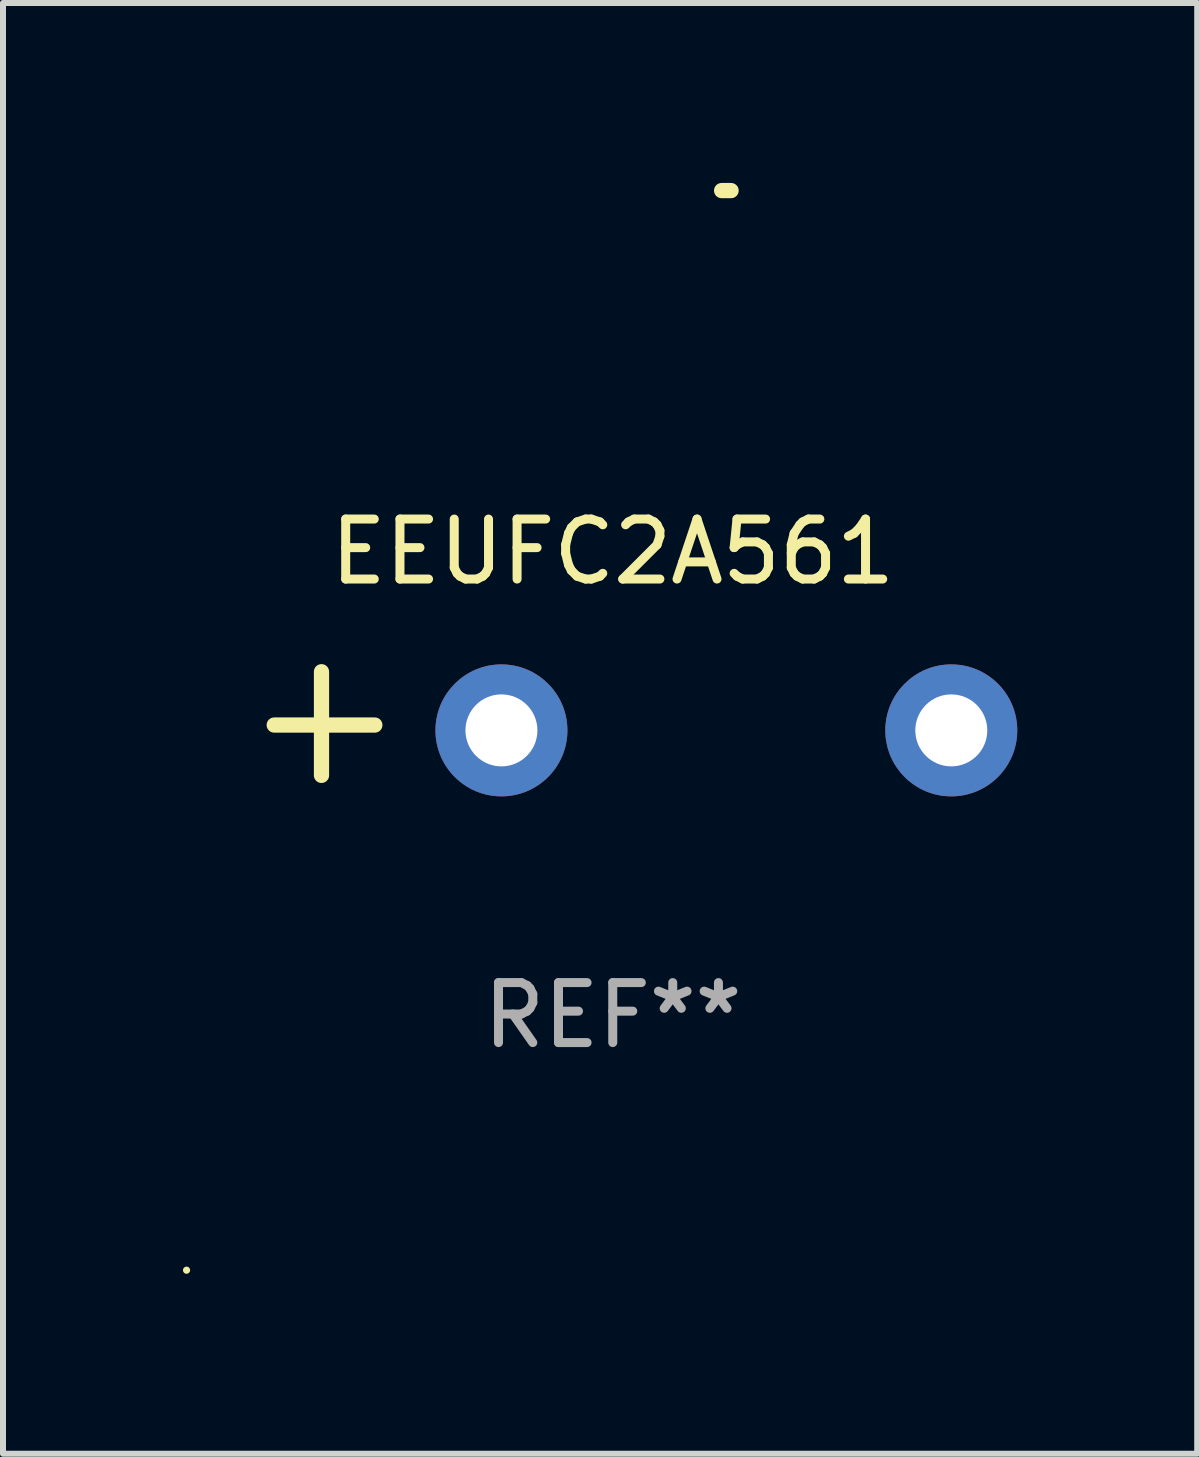
<source format=kicad_pcb>
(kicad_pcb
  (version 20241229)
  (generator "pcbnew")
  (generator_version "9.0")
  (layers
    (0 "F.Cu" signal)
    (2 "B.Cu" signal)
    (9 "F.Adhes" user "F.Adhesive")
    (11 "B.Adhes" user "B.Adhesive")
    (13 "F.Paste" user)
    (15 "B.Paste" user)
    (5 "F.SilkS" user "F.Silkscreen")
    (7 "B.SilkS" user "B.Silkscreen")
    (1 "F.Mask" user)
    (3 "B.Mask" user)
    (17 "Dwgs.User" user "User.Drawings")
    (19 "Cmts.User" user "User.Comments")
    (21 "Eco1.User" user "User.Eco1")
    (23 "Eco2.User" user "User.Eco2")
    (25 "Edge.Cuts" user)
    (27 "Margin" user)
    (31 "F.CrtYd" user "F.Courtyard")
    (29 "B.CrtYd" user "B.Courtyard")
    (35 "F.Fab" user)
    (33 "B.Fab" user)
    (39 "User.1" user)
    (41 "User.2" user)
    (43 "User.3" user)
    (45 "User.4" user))
  (footprint "EEUFC2A561"
    (layer "F.Cu")
    (at 7.166 9.013)
    (property "Reference" "EEUFC2A561" (at 0 -2.864 0) (layer "F.SilkS") (effects (font (size 1 1) (thickness 0.15))))
    (attr through_hole)
    (fp_line (start -4.856 0.864) (end -4.856 -0.864) (stroke (width 0.254) (type solid)) (layer "F.SilkS"))
    (fp_line (start -3.967 0.025) (end -5.644 0.025) (stroke (width 0.254) (type solid)) (layer "F.SilkS"))
    (fp_arc (start 1.815024 -8.885649) (mid 1.893764 -8.88599) (end 1.972504 -8.885649) (stroke (width 0.254001) (type solid)) (layer "F.SilkS"))
    (fp_circle (center -7.106 9.114) (end -7.076 9.114) (stroke (width 0.06) (type solid)) (fill no) (layer "F.SilkS"))
    (fp_text user "REF**" (at 0 4.864 0) (layer "F.Fab") (effects (font (size 1 1) (thickness 0.15))))
    (pad "1" thru_hole circle (at -1.856 0.114) (size 2.2 2.2) (drill 1.2) (layers "*.Cu" "*.Mask"))
    (pad "2" thru_hole circle (at 5.644 0.114) (size 2.2 2.2) (drill 1.2) (layers "*.Cu" "*.Mask")))
  (gr_rect
    (start -3 -3)
    (end 16.91 21.187)
    (stroke (width 0.1) (type default))
    (fill no)
    (layer "Edge.Cuts")))
</source>
